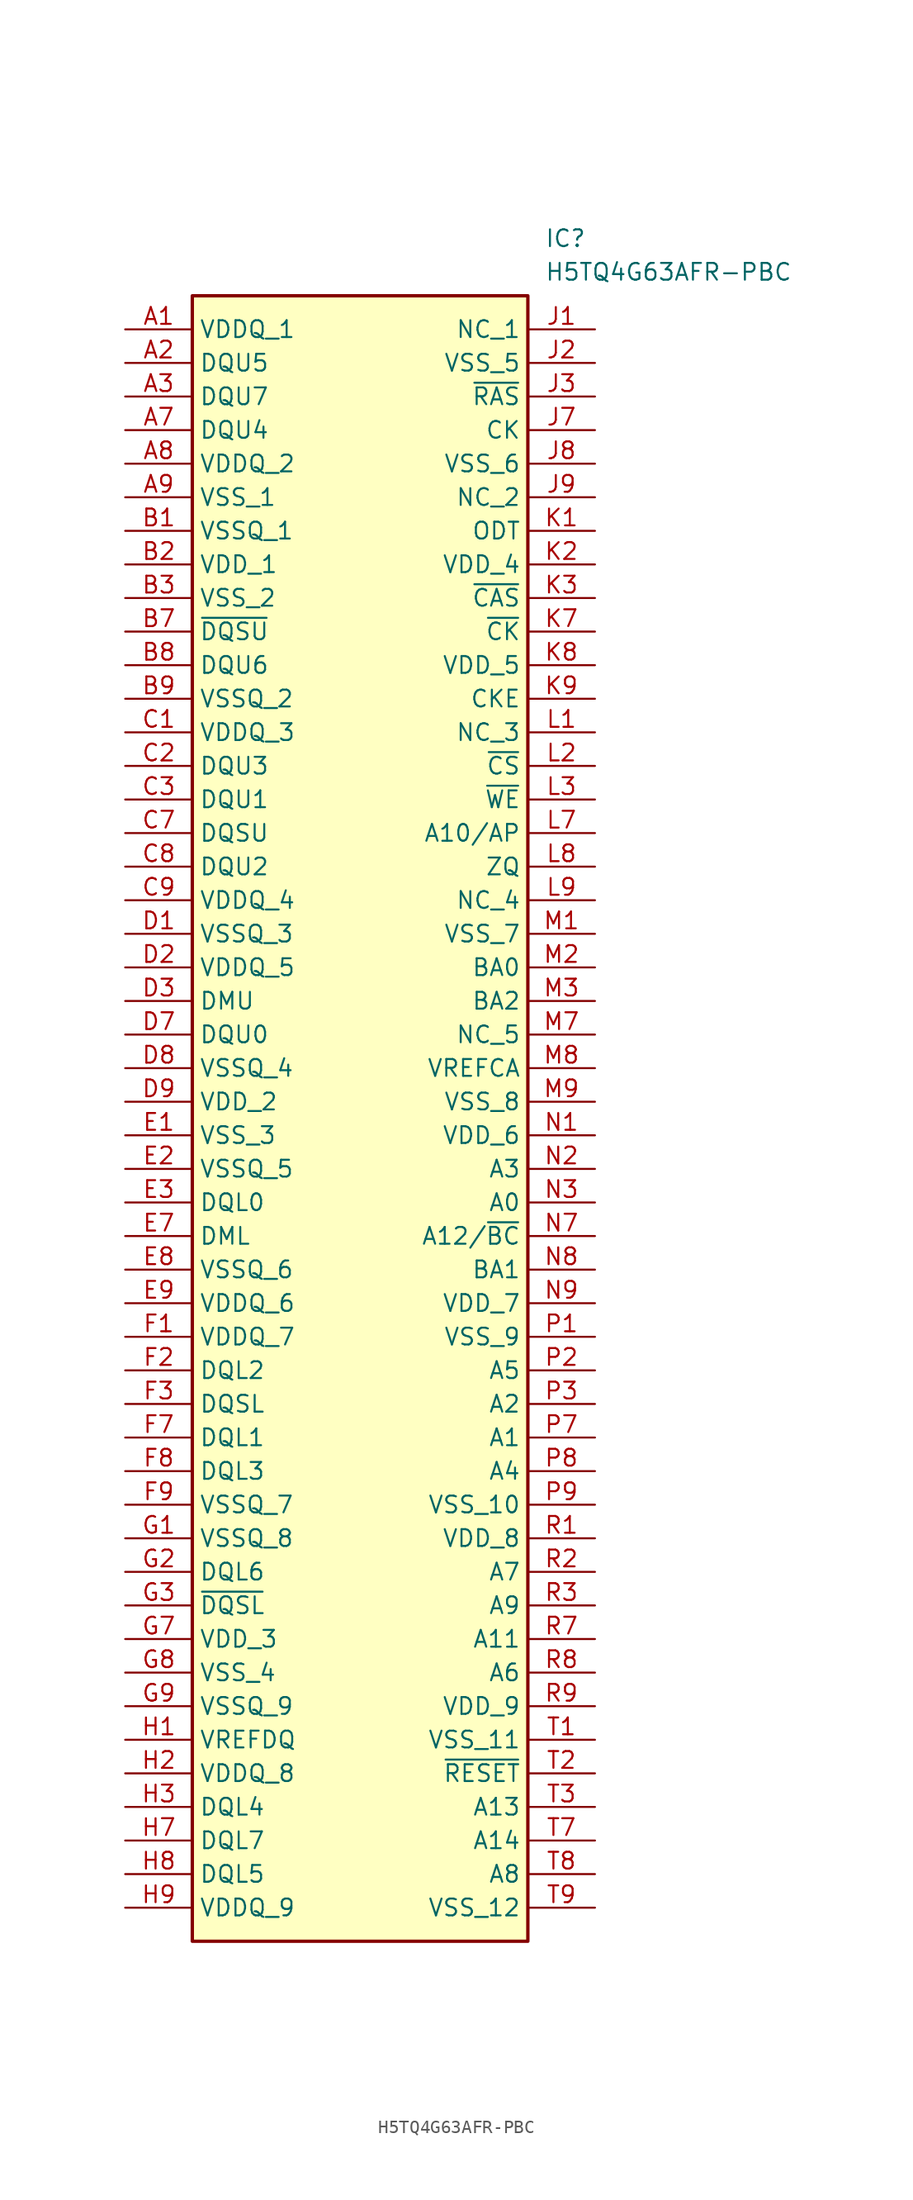
<source format=kicad_sym>
(kicad_symbol_lib
  (version 20211014)
  (generator SamacSys_ECAD_Model)
  (symbol "H5TQ4G63AFR-PBC"
    (property "Reference" "IC"
      (at 31.75 7.62 0)
      (effects (font (size 1.27 1.27)) (justify left top)))
    (property "Value" "H5TQ4G63AFR-PBC"
      (at 31.75 5.08 0)
      (effects (font (size 1.27 1.27)) (justify left top)))
    (rectangle
      (start 5.08 2.54)
      (end 30.48 -121.92)
      (stroke (width 0.254) (type default))
      (fill (type background)))
    (pin passive line
      (at 0 0 0)
      (length 5.08)
      (name "VDDQ_1" (effects (font (size 1.27 1.27))))
      (number "A1" (effects (font (size 1.27 1.27)))))
    (pin passive line
      (at 0 -2.54 0)
      (length 5.08)
      (name "DQU5" (effects (font (size 1.27 1.27))))
      (number "A2" (effects (font (size 1.27 1.27)))))
    (pin passive line
      (at 0 -5.08 0)
      (length 5.08)
      (name "DQU7" (effects (font (size 1.27 1.27))))
      (number "A3" (effects (font (size 1.27 1.27)))))
    (pin passive line
      (at 0 -7.62 0)
      (length 5.08)
      (name "DQU4" (effects (font (size 1.27 1.27))))
      (number "A7" (effects (font (size 1.27 1.27)))))
    (pin passive line
      (at 0 -10.16 0)
      (length 5.08)
      (name "VDDQ_2" (effects (font (size 1.27 1.27))))
      (number "A8" (effects (font (size 1.27 1.27)))))
    (pin passive line
      (at 0 -12.7 0)
      (length 5.08)
      (name "VSS_1" (effects (font (size 1.27 1.27))))
      (number "A9" (effects (font (size 1.27 1.27)))))
    (pin passive line
      (at 0 -15.24 0)
      (length 5.08)
      (name "VSSQ_1" (effects (font (size 1.27 1.27))))
      (number "B1" (effects (font (size 1.27 1.27)))))
    (pin passive line
      (at 0 -17.78 0)
      (length 5.08)
      (name "VDD_1" (effects (font (size 1.27 1.27))))
      (number "B2" (effects (font (size 1.27 1.27)))))
    (pin passive line
      (at 0 -20.32 0)
      (length 5.08)
      (name "VSS_2" (effects (font (size 1.27 1.27))))
      (number "B3" (effects (font (size 1.27 1.27)))))
    (pin passive line
      (at 0 -22.86 0)
      (length 5.08)
      (name "~{DQSU}" (effects (font (size 1.27 1.27))))
      (number "B7" (effects (font (size 1.27 1.27)))))
    (pin passive line
      (at 0 -25.4 0)
      (length 5.08)
      (name "DQU6" (effects (font (size 1.27 1.27))))
      (number "B8" (effects (font (size 1.27 1.27)))))
    (pin passive line
      (at 0 -27.94 0)
      (length 5.08)
      (name "VSSQ_2" (effects (font (size 1.27 1.27))))
      (number "B9" (effects (font (size 1.27 1.27)))))
    (pin passive line
      (at 0 -30.48 0)
      (length 5.08)
      (name "VDDQ_3" (effects (font (size 1.27 1.27))))
      (number "C1" (effects (font (size 1.27 1.27)))))
    (pin passive line
      (at 0 -33.02 0)
      (length 5.08)
      (name "DQU3" (effects (font (size 1.27 1.27))))
      (number "C2" (effects (font (size 1.27 1.27)))))
    (pin passive line
      (at 0 -35.56 0)
      (length 5.08)
      (name "DQU1" (effects (font (size 1.27 1.27))))
      (number "C3" (effects (font (size 1.27 1.27)))))
    (pin passive line
      (at 0 -38.1 0)
      (length 5.08)
      (name "DQSU" (effects (font (size 1.27 1.27))))
      (number "C7" (effects (font (size 1.27 1.27)))))
    (pin passive line
      (at 0 -40.64 0)
      (length 5.08)
      (name "DQU2" (effects (font (size 1.27 1.27))))
      (number "C8" (effects (font (size 1.27 1.27)))))
    (pin passive line
      (at 0 -43.18 0)
      (length 5.08)
      (name "VDDQ_4" (effects (font (size 1.27 1.27))))
      (number "C9" (effects (font (size 1.27 1.27)))))
    (pin passive line
      (at 0 -45.72 0)
      (length 5.08)
      (name "VSSQ_3" (effects (font (size 1.27 1.27))))
      (number "D1" (effects (font (size 1.27 1.27)))))
    (pin passive line
      (at 0 -48.26 0)
      (length 5.08)
      (name "VDDQ_5" (effects (font (size 1.27 1.27))))
      (number "D2" (effects (font (size 1.27 1.27)))))
    (pin passive line
      (at 0 -50.8 0)
      (length 5.08)
      (name "DMU" (effects (font (size 1.27 1.27))))
      (number "D3" (effects (font (size 1.27 1.27)))))
    (pin passive line
      (at 0 -53.34 0)
      (length 5.08)
      (name "DQU0" (effects (font (size 1.27 1.27))))
      (number "D7" (effects (font (size 1.27 1.27)))))
    (pin passive line
      (at 0 -55.88 0)
      (length 5.08)
      (name "VSSQ_4" (effects (font (size 1.27 1.27))))
      (number "D8" (effects (font (size 1.27 1.27)))))
    (pin passive line
      (at 0 -58.42 0)
      (length 5.08)
      (name "VDD_2" (effects (font (size 1.27 1.27))))
      (number "D9" (effects (font (size 1.27 1.27)))))
    (pin passive line
      (at 0 -60.96 0)
      (length 5.08)
      (name "VSS_3" (effects (font (size 1.27 1.27))))
      (number "E1" (effects (font (size 1.27 1.27)))))
    (pin passive line
      (at 0 -63.5 0)
      (length 5.08)
      (name "VSSQ_5" (effects (font (size 1.27 1.27))))
      (number "E2" (effects (font (size 1.27 1.27)))))
    (pin passive line
      (at 0 -66.04 0)
      (length 5.08)
      (name "DQL0" (effects (font (size 1.27 1.27))))
      (number "E3" (effects (font (size 1.27 1.27)))))
    (pin passive line
      (at 0 -68.58 0)
      (length 5.08)
      (name "DML" (effects (font (size 1.27 1.27))))
      (number "E7" (effects (font (size 1.27 1.27)))))
    (pin passive line
      (at 0 -71.12 0)
      (length 5.08)
      (name "VSSQ_6" (effects (font (size 1.27 1.27))))
      (number "E8" (effects (font (size 1.27 1.27)))))
    (pin passive line
      (at 0 -73.66 0)
      (length 5.08)
      (name "VDDQ_6" (effects (font (size 1.27 1.27))))
      (number "E9" (effects (font (size 1.27 1.27)))))
    (pin passive line
      (at 0 -76.2 0)
      (length 5.08)
      (name "VDDQ_7" (effects (font (size 1.27 1.27))))
      (number "F1" (effects (font (size 1.27 1.27)))))
    (pin passive line
      (at 0 -78.74 0)
      (length 5.08)
      (name "DQL2" (effects (font (size 1.27 1.27))))
      (number "F2" (effects (font (size 1.27 1.27)))))
    (pin passive line
      (at 0 -81.28 0)
      (length 5.08)
      (name "DQSL" (effects (font (size 1.27 1.27))))
      (number "F3" (effects (font (size 1.27 1.27)))))
    (pin passive line
      (at 0 -83.82 0)
      (length 5.08)
      (name "DQL1" (effects (font (size 1.27 1.27))))
      (number "F7" (effects (font (size 1.27 1.27)))))
    (pin passive line
      (at 0 -86.36 0)
      (length 5.08)
      (name "DQL3" (effects (font (size 1.27 1.27))))
      (number "F8" (effects (font (size 1.27 1.27)))))
    (pin passive line
      (at 0 -88.9 0)
      (length 5.08)
      (name "VSSQ_7" (effects (font (size 1.27 1.27))))
      (number "F9" (effects (font (size 1.27 1.27)))))
    (pin passive line
      (at 0 -91.44 0)
      (length 5.08)
      (name "VSSQ_8" (effects (font (size 1.27 1.27))))
      (number "G1" (effects (font (size 1.27 1.27)))))
    (pin passive line
      (at 0 -93.98 0)
      (length 5.08)
      (name "DQL6" (effects (font (size 1.27 1.27))))
      (number "G2" (effects (font (size 1.27 1.27)))))
    (pin passive line
      (at 0 -96.52 0)
      (length 5.08)
      (name "~{DQSL}" (effects (font (size 1.27 1.27))))
      (number "G3" (effects (font (size 1.27 1.27)))))
    (pin passive line
      (at 0 -99.06 0)
      (length 5.08)
      (name "VDD_3" (effects (font (size 1.27 1.27))))
      (number "G7" (effects (font (size 1.27 1.27)))))
    (pin passive line
      (at 0 -101.6 0)
      (length 5.08)
      (name "VSS_4" (effects (font (size 1.27 1.27))))
      (number "G8" (effects (font (size 1.27 1.27)))))
    (pin passive line
      (at 0 -104.14 0)
      (length 5.08)
      (name "VSSQ_9" (effects (font (size 1.27 1.27))))
      (number "G9" (effects (font (size 1.27 1.27)))))
    (pin passive line
      (at 0 -106.68 0)
      (length 5.08)
      (name "VREFDQ" (effects (font (size 1.27 1.27))))
      (number "H1" (effects (font (size 1.27 1.27)))))
    (pin passive line
      (at 0 -109.22 0)
      (length 5.08)
      (name "VDDQ_8" (effects (font (size 1.27 1.27))))
      (number "H2" (effects (font (size 1.27 1.27)))))
    (pin passive line
      (at 0 -111.76 0)
      (length 5.08)
      (name "DQL4" (effects (font (size 1.27 1.27))))
      (number "H3" (effects (font (size 1.27 1.27)))))
    (pin passive line
      (at 0 -114.3 0)
      (length 5.08)
      (name "DQL7" (effects (font (size 1.27 1.27))))
      (number "H7" (effects (font (size 1.27 1.27)))))
    (pin passive line
      (at 0 -116.84 0)
      (length 5.08)
      (name "DQL5" (effects (font (size 1.27 1.27))))
      (number "H8" (effects (font (size 1.27 1.27)))))
    (pin passive line
      (at 0 -119.38 0)
      (length 5.08)
      (name "VDDQ_9" (effects (font (size 1.27 1.27))))
      (number "H9" (effects (font (size 1.27 1.27)))))
    (pin passive line
      (at 35.56 0 180)
      (length 5.08)
      (name "NC_1" (effects (font (size 1.27 1.27))))
      (number "J1" (effects (font (size 1.27 1.27)))))
    (pin passive line
      (at 35.56 -2.54 180)
      (length 5.08)
      (name "VSS_5" (effects (font (size 1.27 1.27))))
      (number "J2" (effects (font (size 1.27 1.27)))))
    (pin passive line
      (at 35.56 -5.08 180)
      (length 5.08)
      (name "~{RAS}" (effects (font (size 1.27 1.27))))
      (number "J3" (effects (font (size 1.27 1.27)))))
    (pin passive line
      (at 35.56 -7.62 180)
      (length 5.08)
      (name "CK" (effects (font (size 1.27 1.27))))
      (number "J7" (effects (font (size 1.27 1.27)))))
    (pin passive line
      (at 35.56 -10.16 180)
      (length 5.08)
      (name "VSS_6" (effects (font (size 1.27 1.27))))
      (number "J8" (effects (font (size 1.27 1.27)))))
    (pin passive line
      (at 35.56 -12.7 180)
      (length 5.08)
      (name "NC_2" (effects (font (size 1.27 1.27))))
      (number "J9" (effects (font (size 1.27 1.27)))))
    (pin passive line
      (at 35.56 -15.24 180)
      (length 5.08)
      (name "ODT" (effects (font (size 1.27 1.27))))
      (number "K1" (effects (font (size 1.27 1.27)))))
    (pin passive line
      (at 35.56 -17.78 180)
      (length 5.08)
      (name "VDD_4" (effects (font (size 1.27 1.27))))
      (number "K2" (effects (font (size 1.27 1.27)))))
    (pin passive line
      (at 35.56 -20.32 180)
      (length 5.08)
      (name "~{CAS}" (effects (font (size 1.27 1.27))))
      (number "K3" (effects (font (size 1.27 1.27)))))
    (pin passive line
      (at 35.56 -22.86 180)
      (length 5.08)
      (name "~{CK}" (effects (font (size 1.27 1.27))))
      (number "K7" (effects (font (size 1.27 1.27)))))
    (pin passive line
      (at 35.56 -25.4 180)
      (length 5.08)
      (name "VDD_5" (effects (font (size 1.27 1.27))))
      (number "K8" (effects (font (size 1.27 1.27)))))
    (pin passive line
      (at 35.56 -27.94 180)
      (length 5.08)
      (name "CKE" (effects (font (size 1.27 1.27))))
      (number "K9" (effects (font (size 1.27 1.27)))))
    (pin passive line
      (at 35.56 -30.48 180)
      (length 5.08)
      (name "NC_3" (effects (font (size 1.27 1.27))))
      (number "L1" (effects (font (size 1.27 1.27)))))
    (pin passive line
      (at 35.56 -33.02 180)
      (length 5.08)
      (name "~{CS}" (effects (font (size 1.27 1.27))))
      (number "L2" (effects (font (size 1.27 1.27)))))
    (pin passive line
      (at 35.56 -35.56 180)
      (length 5.08)
      (name "~{WE}" (effects (font (size 1.27 1.27))))
      (number "L3" (effects (font (size 1.27 1.27)))))
    (pin passive line
      (at 35.56 -38.1 180)
      (length 5.08)
      (name "A10/AP" (effects (font (size 1.27 1.27))))
      (number "L7" (effects (font (size 1.27 1.27)))))
    (pin passive line
      (at 35.56 -40.64 180)
      (length 5.08)
      (name "ZQ" (effects (font (size 1.27 1.27))))
      (number "L8" (effects (font (size 1.27 1.27)))))
    (pin passive line
      (at 35.56 -43.18 180)
      (length 5.08)
      (name "NC_4" (effects (font (size 1.27 1.27))))
      (number "L9" (effects (font (size 1.27 1.27)))))
    (pin passive line
      (at 35.56 -45.72 180)
      (length 5.08)
      (name "VSS_7" (effects (font (size 1.27 1.27))))
      (number "M1" (effects (font (size 1.27 1.27)))))
    (pin passive line
      (at 35.56 -48.26 180)
      (length 5.08)
      (name "BA0" (effects (font (size 1.27 1.27))))
      (number "M2" (effects (font (size 1.27 1.27)))))
    (pin passive line
      (at 35.56 -50.8 180)
      (length 5.08)
      (name "BA2" (effects (font (size 1.27 1.27))))
      (number "M3" (effects (font (size 1.27 1.27)))))
    (pin passive line
      (at 35.56 -53.34 180)
      (length 5.08)
      (name "NC_5" (effects (font (size 1.27 1.27))))
      (number "M7" (effects (font (size 1.27 1.27)))))
    (pin passive line
      (at 35.56 -55.88 180)
      (length 5.08)
      (name "VREFCA" (effects (font (size 1.27 1.27))))
      (number "M8" (effects (font (size 1.27 1.27)))))
    (pin passive line
      (at 35.56 -58.42 180)
      (length 5.08)
      (name "VSS_8" (effects (font (size 1.27 1.27))))
      (number "M9" (effects (font (size 1.27 1.27)))))
    (pin passive line
      (at 35.56 -60.96 180)
      (length 5.08)
      (name "VDD_6" (effects (font (size 1.27 1.27))))
      (number "N1" (effects (font (size 1.27 1.27)))))
    (pin passive line
      (at 35.56 -63.5 180)
      (length 5.08)
      (name "A3" (effects (font (size 1.27 1.27))))
      (number "N2" (effects (font (size 1.27 1.27)))))
    (pin passive line
      (at 35.56 -66.04 180)
      (length 5.08)
      (name "A0" (effects (font (size 1.27 1.27))))
      (number "N3" (effects (font (size 1.27 1.27)))))
    (pin passive line
      (at 35.56 -68.58 180)
      (length 5.08)
      (name "A12/~{BC}" (effects (font (size 1.27 1.27))))
      (number "N7" (effects (font (size 1.27 1.27)))))
    (pin passive line
      (at 35.56 -71.12 180)
      (length 5.08)
      (name "BA1" (effects (font (size 1.27 1.27))))
      (number "N8" (effects (font (size 1.27 1.27)))))
    (pin passive line
      (at 35.56 -73.66 180)
      (length 5.08)
      (name "VDD_7" (effects (font (size 1.27 1.27))))
      (number "N9" (effects (font (size 1.27 1.27)))))
    (pin passive line
      (at 35.56 -76.2 180)
      (length 5.08)
      (name "VSS_9" (effects (font (size 1.27 1.27))))
      (number "P1" (effects (font (size 1.27 1.27)))))
    (pin passive line
      (at 35.56 -78.74 180)
      (length 5.08)
      (name "A5" (effects (font (size 1.27 1.27))))
      (number "P2" (effects (font (size 1.27 1.27)))))
    (pin passive line
      (at 35.56 -81.28 180)
      (length 5.08)
      (name "A2" (effects (font (size 1.27 1.27))))
      (number "P3" (effects (font (size 1.27 1.27)))))
    (pin passive line
      (at 35.56 -83.82 180)
      (length 5.08)
      (name "A1" (effects (font (size 1.27 1.27))))
      (number "P7" (effects (font (size 1.27 1.27)))))
    (pin passive line
      (at 35.56 -86.36 180)
      (length 5.08)
      (name "A4" (effects (font (size 1.27 1.27))))
      (number "P8" (effects (font (size 1.27 1.27)))))
    (pin passive line
      (at 35.56 -88.9 180)
      (length 5.08)
      (name "VSS_10" (effects (font (size 1.27 1.27))))
      (number "P9" (effects (font (size 1.27 1.27)))))
    (pin passive line
      (at 35.56 -91.44 180)
      (length 5.08)
      (name "VDD_8" (effects (font (size 1.27 1.27))))
      (number "R1" (effects (font (size 1.27 1.27)))))
    (pin passive line
      (at 35.56 -93.98 180)
      (length 5.08)
      (name "A7" (effects (font (size 1.27 1.27))))
      (number "R2" (effects (font (size 1.27 1.27)))))
    (pin passive line
      (at 35.56 -96.52 180)
      (length 5.08)
      (name "A9" (effects (font (size 1.27 1.27))))
      (number "R3" (effects (font (size 1.27 1.27)))))
    (pin passive line
      (at 35.56 -99.06 180)
      (length 5.08)
      (name "A11" (effects (font (size 1.27 1.27))))
      (number "R7" (effects (font (size 1.27 1.27)))))
    (pin passive line
      (at 35.56 -101.6 180)
      (length 5.08)
      (name "A6" (effects (font (size 1.27 1.27))))
      (number "R8" (effects (font (size 1.27 1.27)))))
    (pin passive line
      (at 35.56 -104.14 180)
      (length 5.08)
      (name "VDD_9" (effects (font (size 1.27 1.27))))
      (number "R9" (effects (font (size 1.27 1.27)))))
    (pin passive line
      (at 35.56 -106.68 180)
      (length 5.08)
      (name "VSS_11" (effects (font (size 1.27 1.27))))
      (number "T1" (effects (font (size 1.27 1.27)))))
    (pin passive line
      (at 35.56 -109.22 180)
      (length 5.08)
      (name "~{RESET}" (effects (font (size 1.27 1.27))))
      (number "T2" (effects (font (size 1.27 1.27)))))
    (pin passive line
      (at 35.56 -111.76 180)
      (length 5.08)
      (name "A13" (effects (font (size 1.27 1.27))))
      (number "T3" (effects (font (size 1.27 1.27)))))
    (pin passive line
      (at 35.56 -114.3 180)
      (length 5.08)
      (name "A14" (effects (font (size 1.27 1.27))))
      (number "T7" (effects (font (size 1.27 1.27)))))
    (pin passive line
      (at 35.56 -116.84 180)
      (length 5.08)
      (name "A8" (effects (font (size 1.27 1.27))))
      (number "T8" (effects (font (size 1.27 1.27)))))
    (pin passive line
      (at 35.56 -119.38 180)
      (length 5.08)
      (name "VSS_12" (effects (font (size 1.27 1.27))))
      (number "T9" (effects (font (size 1.27 1.27)))))))
</source>
